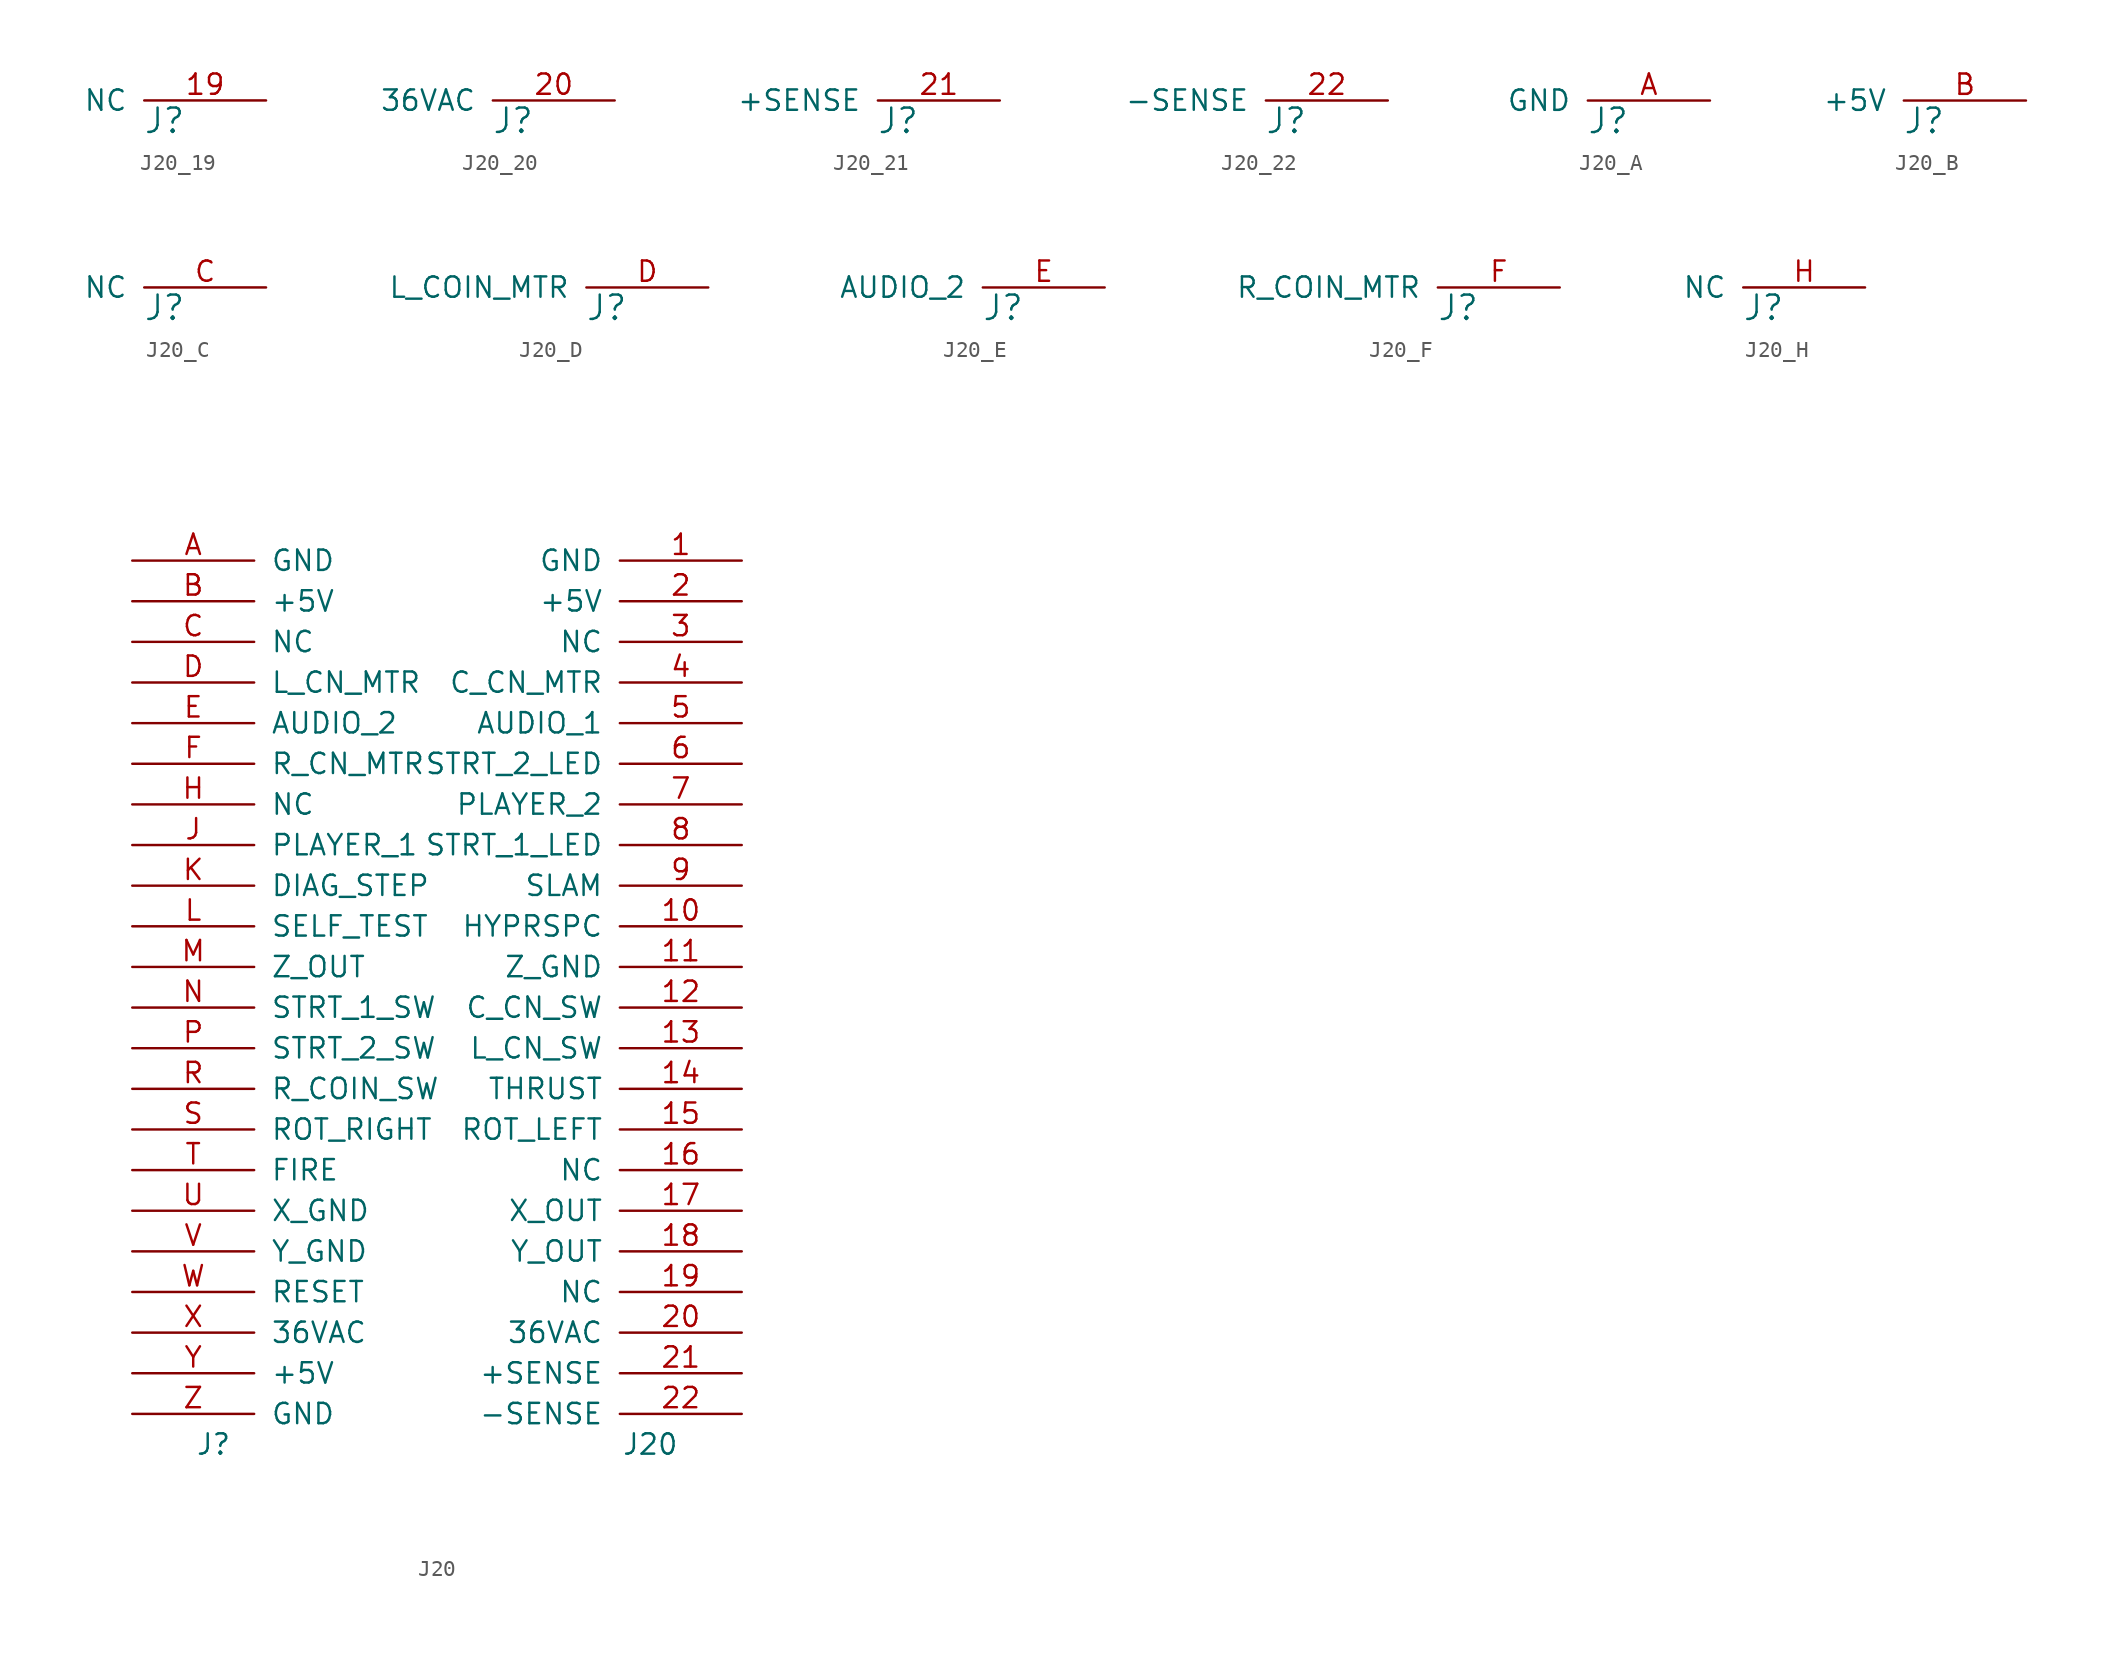
<source format=kicad_sym>
(kicad_symbol_lib
  (version 20211014)
  (generator kicad_symbol_editor)
  (symbol "J20_19"
    (pin_names
      (offset 1.016))
    (property "Reference" "J"
      (at 3.81 -1.27 0)
      (effects (font (size 1.524 1.524))))
    (symbol "J20_19_1_1"
      (pin output line (at 10.16 0 180) (length 7.62) (name "NC" (effects (font (size 1.27 1.27)))) (number "19" (effects (font (size 1.27 1.27)))))))
  (symbol "J20_20"
    (pin_names
      (offset 1.016))
    (property "Reference" "J"
      (at 3.81 -1.27 0)
      (effects (font (size 1.524 1.524))))
    (symbol "J20_20_1_1"
      (pin power_out line (at 10.16 0 180) (length 7.62) (name "36VAC" (effects (font (size 1.27 1.27)))) (number "20" (effects (font (size 1.27 1.27)))))))
  (symbol "J20_21"
    (pin_names
      (offset 1.016))
    (property "Reference" "J"
      (at 3.81 -1.27 0)
      (effects (font (size 1.524 1.524))))
    (symbol "J20_21_1_1"
      (pin input line (at 10.16 0 180) (length 7.62) (name "+SENSE" (effects (font (size 1.27 1.27)))) (number "21" (effects (font (size 1.27 1.27)))))))
  (symbol "J20_22"
    (pin_names
      (offset 1.016))
    (property "Reference" "J"
      (at 3.81 -1.27 0)
      (effects (font (size 1.524 1.524))))
    (symbol "J20_22_1_1"
      (pin input line (at 10.16 0 180) (length 7.62) (name "-SENSE" (effects (font (size 1.27 1.27)))) (number "22" (effects (font (size 1.27 1.27)))))))
  (symbol "J20_A"
    (pin_names
      (offset 1.016))
    (property "Reference" "J"
      (at 3.81 -1.27 0)
      (effects (font (size 1.524 1.524))))
    (symbol "J20_A_1_1"
      (pin power_in line (at 10.16 0 180) (length 7.62) (name "GND" (effects (font (size 1.27 1.27)))) (number "A" (effects (font (size 1.27 1.27)))))))
  (symbol "J20_B"
    (pin_names
      (offset 1.016))
    (property "Reference" "J"
      (at 3.81 -1.27 0)
      (effects (font (size 1.524 1.524))))
    (symbol "J20_B_1_1"
      (pin input line (at 10.16 0 180) (length 7.62) (name "+5V" (effects (font (size 1.27 1.27)))) (number "B" (effects (font (size 1.27 1.27)))))))
  (symbol "J20_C"
    (pin_names
      (offset 1.016))
    (property "Reference" "J"
      (at 3.81 -1.27 0)
      (effects (font (size 1.524 1.524))))
    (symbol "J20_C_1_1"
      (pin output line (at 10.16 0 180) (length 7.62) (name "NC" (effects (font (size 1.27 1.27)))) (number "C" (effects (font (size 1.27 1.27)))))))
  (symbol "J20_D"
    (pin_names
      (offset 1.016))
    (property "Reference" "J"
      (at 3.81 -1.27 0)
      (effects (font (size 1.524 1.524))))
    (symbol "J20_D_1_1"
      (pin output line (at 10.16 0 180) (length 7.62) (name "L_COIN_MTR" (effects (font (size 1.27 1.27)))) (number "D" (effects (font (size 1.27 1.27)))))))
  (symbol "J20_E"
    (pin_names
      (offset 1.016))
    (property "Reference" "J"
      (at 3.81 -1.27 0)
      (effects (font (size 1.524 1.524))))
    (symbol "J20_E_1_1"
      (pin input line (at 10.16 0 180) (length 7.62) (name "AUDIO_2" (effects (font (size 1.27 1.27)))) (number "E" (effects (font (size 1.27 1.27)))))))
  (symbol "J20_F"
    (pin_names
      (offset 1.016))
    (property "Reference" "J"
      (at 3.81 -1.27 0)
      (effects (font (size 1.524 1.524))))
    (symbol "J20_F_1_1"
      (pin output line (at 10.16 0 180) (length 7.62) (name "R_COIN_MTR" (effects (font (size 1.27 1.27)))) (number "F" (effects (font (size 1.27 1.27)))))))
  (symbol "J20_H"
    (pin_names
      (offset 1.016))
    (property "Reference" "J"
      (at 3.81 -1.27 0)
      (effects (font (size 1.524 1.524))))
    (symbol "J20_H_1_1"
      (pin output line (at 10.16 0 180) (length 7.62) (name "NC" (effects (font (size 1.27 1.27)))) (number "H" (effects (font (size 1.27 1.27)))))))
  (symbol "J20"
    (pin_names
      (offset 1.016))
    (property "Reference" "J"
      (at -13.97 -27.305 0)
      (effects (font (size 1.27 1.27))))
    (property "Value" "J20"
      (at 13.335 -27.305 0)
      (effects (font (size 1.27 1.27))))
    (symbol "J20_1_1"
      (pin power_in line (at 19.05 27.94 180) (length 7.62) (name "GND" (effects (font (size 1.27 1.27)))) (number "1" (effects (font (size 1.27 1.27)))))
      (pin input line (at 19.05 5.08 180) (length 7.62) (name "HYPRSPC" (effects (font (size 1.27 1.27)))) (number "10" (effects (font (size 1.27 1.27)))))
      (pin input line (at 19.05 2.54 180) (length 7.62) (name "Z_GND" (effects (font (size 1.27 1.27)))) (number "11" (effects (font (size 1.27 1.27)))))
      (pin input line (at 19.05 0 180) (length 7.62) (name "C_CN_SW" (effects (font (size 1.27 1.27)))) (number "12" (effects (font (size 1.27 1.27)))))
      (pin input line (at 19.05 -2.54 180) (length 7.62) (name "L_CN_SW" (effects (font (size 1.27 1.27)))) (number "13" (effects (font (size 1.27 1.27)))))
      (pin input line (at 19.05 -5.08 180) (length 7.62) (name "THRUST" (effects (font (size 1.27 1.27)))) (number "14" (effects (font (size 1.27 1.27)))))
      (pin input line (at 19.05 -7.62 180) (length 7.62) (name "ROT_LEFT" (effects (font (size 1.27 1.27)))) (number "15" (effects (font (size 1.27 1.27)))))
      (pin output line (at 19.05 -10.16 180) (length 7.62) (name "NC" (effects (font (size 1.27 1.27)))) (number "16" (effects (font (size 1.27 1.27)))))
      (pin input line (at 19.05 -12.7 180) (length 7.62) (name "X_OUT" (effects (font (size 1.27 1.27)))) (number "17" (effects (font (size 1.27 1.27)))))
      (pin input line (at 19.05 -15.24 180) (length 7.62) (name "Y_OUT" (effects (font (size 1.27 1.27)))) (number "18" (effects (font (size 1.27 1.27)))))
      (pin output line (at 19.05 -17.78 180) (length 7.62) (name "NC" (effects (font (size 1.27 1.27)))) (number "19" (effects (font (size 1.27 1.27)))))
      (pin power_out line (at 19.05 25.4 180) (length 7.62) (name "+5V" (effects (font (size 1.27 1.27)))) (number "2" (effects (font (size 1.27 1.27)))))
      (pin power_out line (at 19.05 -20.32 180) (length 7.62) (name "36VAC" (effects (font (size 1.27 1.27)))) (number "20" (effects (font (size 1.27 1.27)))))
      (pin input line (at 19.05 -22.86 180) (length 7.62) (name "+SENSE" (effects (font (size 1.27 1.27)))) (number "21" (effects (font (size 1.27 1.27)))))
      (pin input line (at 19.05 -25.4 180) (length 7.62) (name "-SENSE" (effects (font (size 1.27 1.27)))) (number "22" (effects (font (size 1.27 1.27)))))
      (pin output line (at 19.05 22.86 180) (length 7.62) (name "NC" (effects (font (size 1.27 1.27)))) (number "3" (effects (font (size 1.27 1.27)))))
      (pin input line (at 19.05 20.32 180) (length 7.62) (name "C_CN_MTR" (effects (font (size 1.27 1.27)))) (number "4" (effects (font (size 1.27 1.27)))))
      (pin input line (at 19.05 17.78 180) (length 7.62) (name "AUDIO_1" (effects (font (size 1.27 1.27)))) (number "5" (effects (font (size 1.27 1.27)))))
      (pin input line (at 19.05 15.24 180) (length 7.62) (name "STRT_2_LED" (effects (font (size 1.27 1.27)))) (number "6" (effects (font (size 1.27 1.27)))))
      (pin input line (at 19.05 12.7 180) (length 7.62) (name "PLAYER_2" (effects (font (size 1.27 1.27)))) (number "7" (effects (font (size 1.27 1.27)))))
      (pin input line (at 19.05 10.16 180) (length 7.62) (name "STRT_1_LED" (effects (font (size 1.27 1.27)))) (number "8" (effects (font (size 1.27 1.27)))))
      (pin input line (at 19.05 7.62 180) (length 7.62) (name "SLAM" (effects (font (size 1.27 1.27)))) (number "9" (effects (font (size 1.27 1.27)))))
      (pin power_in line (at -19.05 27.94 0) (length 7.62) (name "GND" (effects (font (size 1.27 1.27)))) (number "A" (effects (font (size 1.27 1.27)))))
      (pin input line (at -19.05 25.4 0) (length 7.62) (name "+5V" (effects (font (size 1.27 1.27)))) (number "B" (effects (font (size 1.27 1.27)))))
      (pin output line (at -19.05 22.86 0) (length 7.62) (name "NC" (effects (font (size 1.27 1.27)))) (number "C" (effects (font (size 1.27 1.27)))))
      (pin output line (at -19.05 20.32 0) (length 7.62) (name "L_CN_MTR" (effects (font (size 1.27 1.27)))) (number "D" (effects (font (size 1.27 1.27)))))
      (pin input line (at -19.05 17.78 0) (length 7.62) (name "AUDIO_2" (effects (font (size 1.27 1.27)))) (number "E" (effects (font (size 1.27 1.27)))))
      (pin output line (at -19.05 15.24 0) (length 7.62) (name "R_CN_MTR" (effects (font (size 1.27 1.27)))) (number "F" (effects (font (size 1.27 1.27)))))
      (pin output line (at -19.05 12.7 0) (length 7.62) (name "NC" (effects (font (size 1.27 1.27)))) (number "H" (effects (font (size 1.27 1.27)))))
      (pin input line (at -19.05 10.16 0) (length 7.62) (name "PLAYER_1" (effects (font (size 1.27 1.27)))) (number "J" (effects (font (size 1.27 1.27)))))
      (pin input line (at -19.05 7.62 0) (length 7.62) (name "DIAG_STEP" (effects (font (size 1.27 1.27)))) (number "K" (effects (font (size 1.27 1.27)))))
      (pin input line (at -19.05 5.08 0) (length 7.62) (name "SELF_TEST" (effects (font (size 1.27 1.27)))) (number "L" (effects (font (size 1.27 1.27)))))
      (pin input line (at -19.05 2.54 0) (length 7.62) (name "Z_OUT" (effects (font (size 1.27 1.27)))) (number "M" (effects (font (size 1.27 1.27)))))
      (pin input line (at -19.05 0 0) (length 7.62) (name "STRT_1_SW" (effects (font (size 1.27 1.27)))) (number "N" (effects (font (size 1.27 1.27)))))
      (pin input line (at -19.05 -2.54 0) (length 7.62) (name "STRT_2_SW" (effects (font (size 1.27 1.27)))) (number "P" (effects (font (size 1.27 1.27)))))
      (pin input line (at -19.05 -5.08 0) (length 7.62) (name "R_COIN_SW~{}" (effects (font (size 1.27 1.27)))) (number "R" (effects (font (size 1.27 1.27)))))
      (pin input line (at -19.05 -7.62 0) (length 7.62) (name "ROT_RIGHT" (effects (font (size 1.27 1.27)))) (number "S" (effects (font (size 1.27 1.27)))))
      (pin input line (at -19.05 -10.16 0) (length 7.62) (name "FIRE" (effects (font (size 1.27 1.27)))) (number "T" (effects (font (size 1.27 1.27)))))
      (pin input line (at -19.05 -12.7 0) (length 7.62) (name "X_GND" (effects (font (size 1.27 1.27)))) (number "U" (effects (font (size 1.27 1.27)))))
      (pin output line (at -19.05 -15.24 0) (length 7.62) (name "Y_GND" (effects (font (size 1.27 1.27)))) (number "V" (effects (font (size 1.27 1.27)))))
      (pin input line (at -19.05 -17.78 0) (length 7.62) (name "RESET" (effects (font (size 1.27 1.27)))) (number "W" (effects (font (size 1.27 1.27)))))
      (pin power_out line (at -19.05 -20.32 0) (length 7.62) (name "36VAC" (effects (font (size 1.27 1.27)))) (number "X" (effects (font (size 1.27 1.27)))))
      (pin input line (at -19.05 -22.86 0) (length 7.62) (name "+5V" (effects (font (size 1.27 1.27)))) (number "Y" (effects (font (size 1.27 1.27)))))
      (pin power_in line (at -19.05 -25.4 0) (length 7.62) (name "GND" (effects (font (size 1.27 1.27)))) (number "Z" (effects (font (size 1.27 1.27))))))))
</source>
